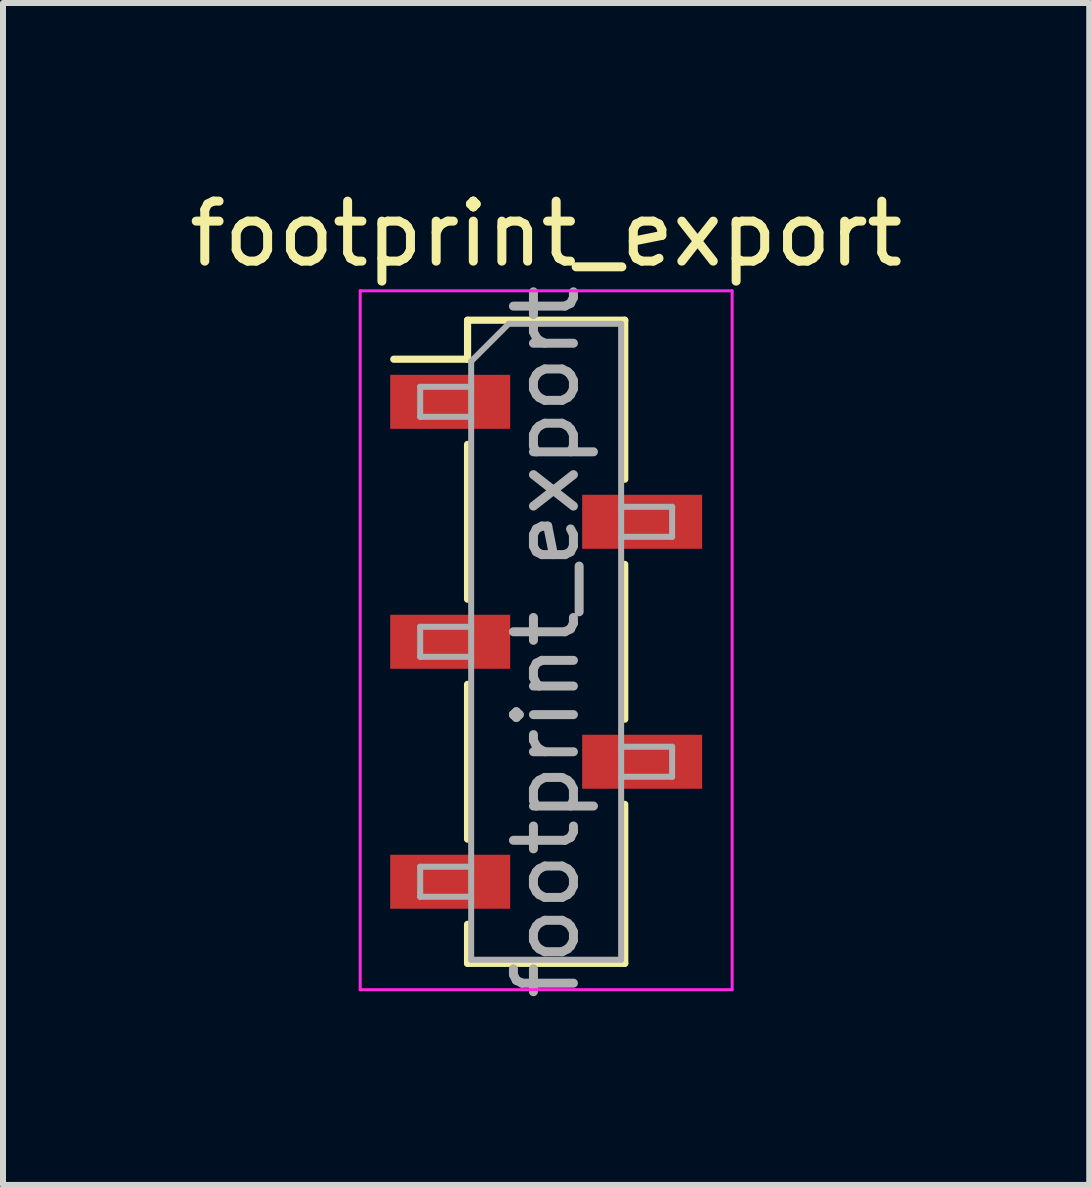
<source format=kicad_pcb>
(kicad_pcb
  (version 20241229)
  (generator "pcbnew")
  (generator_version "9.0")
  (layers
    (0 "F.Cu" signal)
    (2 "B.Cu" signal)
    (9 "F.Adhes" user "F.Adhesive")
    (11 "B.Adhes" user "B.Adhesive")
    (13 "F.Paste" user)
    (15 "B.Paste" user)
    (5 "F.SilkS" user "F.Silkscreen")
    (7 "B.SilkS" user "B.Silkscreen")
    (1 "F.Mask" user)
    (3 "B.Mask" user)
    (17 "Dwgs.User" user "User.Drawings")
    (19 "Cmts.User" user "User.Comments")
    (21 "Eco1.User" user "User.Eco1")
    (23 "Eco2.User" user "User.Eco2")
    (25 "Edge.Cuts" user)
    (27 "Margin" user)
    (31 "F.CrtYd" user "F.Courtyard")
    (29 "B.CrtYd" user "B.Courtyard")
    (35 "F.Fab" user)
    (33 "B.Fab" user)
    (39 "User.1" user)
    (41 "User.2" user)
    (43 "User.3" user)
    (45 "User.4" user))
  (footprint "footprint_export"
    (layer "F.Cu")
    (at 6.054 7.648)
    (property "Reference" "footprint_export" (at 0 -6.8 0) (layer "F.SilkS") (effects (font (size 1 1) (thickness 0.15))))
    (attr smd)
    (fp_line (start -2.54 -4.71) (end -1.31 -4.71) (stroke (width 0.12) (type solid)) (layer "F.SilkS"))
    (fp_line (start -1.31 -5.36) (end -1.31 -4.71) (stroke (width 0.12) (type solid)) (layer "F.SilkS"))
    (fp_line (start -1.31 -5.36) (end 1.31 -5.36) (stroke (width 0.12) (type solid)) (layer "F.SilkS"))
    (fp_line (start -1.31 -3.29) (end -1.31 -0.71) (stroke (width 0.12) (type solid)) (layer "F.SilkS"))
    (fp_line (start -1.31 0.71) (end -1.31 3.29) (stroke (width 0.12) (type solid)) (layer "F.SilkS"))
    (fp_line (start -1.31 4.71) (end -1.31 5.36) (stroke (width 0.12) (type solid)) (layer "F.SilkS"))
    (fp_line (start -1.31 5.36) (end 1.31 5.36) (stroke (width 0.12) (type solid)) (layer "F.SilkS"))
    (fp_line (start 1.31 -5.36) (end 1.31 -2.71) (stroke (width 0.12) (type solid)) (layer "F.SilkS"))
    (fp_line (start 1.31 -1.29) (end 1.31 1.29) (stroke (width 0.12) (type solid)) (layer "F.SilkS"))
    (fp_line (start 1.31 2.71) (end 1.31 5.36) (stroke (width 0.12) (type solid)) (layer "F.SilkS"))
    (fp_line (start -3.1 -5.85) (end 3.1 -5.85) (stroke (width 0.05) (type solid)) (layer "F.CrtYd"))
    (fp_line (start -3.1 5.8) (end -3.1 -5.85) (stroke (width 0.05) (type solid)) (layer "F.CrtYd"))
    (fp_line (start 3.1 -5.85) (end 3.1 5.8) (stroke (width 0.05) (type solid)) (layer "F.CrtYd"))
    (fp_line (start 3.1 5.8) (end -3.1 5.8) (stroke (width 0.05) (type solid)) (layer "F.CrtYd"))
    (fp_line (start -2.1 -4.25) (end -1.25 -4.25) (stroke (width 0.1) (type solid)) (layer "F.Fab"))
    (fp_line (start -2.1 -3.75) (end -2.1 -4.25) (stroke (width 0.1) (type solid)) (layer "F.Fab"))
    (fp_line (start -2.1 -0.25) (end -1.25 -0.25) (stroke (width 0.1) (type solid)) (layer "F.Fab"))
    (fp_line (start -2.1 0.25) (end -2.1 -0.25) (stroke (width 0.1) (type solid)) (layer "F.Fab"))
    (fp_line (start -2.1 3.75) (end -1.25 3.75) (stroke (width 0.1) (type solid)) (layer "F.Fab"))
    (fp_line (start -2.1 4.25) (end -2.1 3.75) (stroke (width 0.1) (type solid)) (layer "F.Fab"))
    (fp_line (start -1.25 -4.675) (end -0.625 -5.3) (stroke (width 0.1) (type solid)) (layer "F.Fab"))
    (fp_line (start -1.25 -3.75) (end -2.1 -3.75) (stroke (width 0.1) (type solid)) (layer "F.Fab"))
    (fp_line (start -1.25 0.25) (end -2.1 0.25) (stroke (width 0.1) (type solid)) (layer "F.Fab"))
    (fp_line (start -1.25 4.25) (end -2.1 4.25) (stroke (width 0.1) (type solid)) (layer "F.Fab"))
    (fp_line (start -1.25 5.3) (end -1.25 -4.675) (stroke (width 0.1) (type solid)) (layer "F.Fab"))
    (fp_line (start -0.625 -5.3) (end 1.25 -5.3) (stroke (width 0.1) (type solid)) (layer "F.Fab"))
    (fp_line (start 1.25 -5.3) (end 1.25 5.3) (stroke (width 0.1) (type solid)) (layer "F.Fab"))
    (fp_line (start 1.25 -2.25) (end 2.1 -2.25) (stroke (width 0.1) (type solid)) (layer "F.Fab"))
    (fp_line (start 1.25 1.75) (end 2.1 1.75) (stroke (width 0.1) (type solid)) (layer "F.Fab"))
    (fp_line (start 1.25 5.3) (end -1.25 5.3) (stroke (width 0.1) (type solid)) (layer "F.Fab"))
    (fp_line (start 2.1 -2.25) (end 2.1 -1.75) (stroke (width 0.1) (type solid)) (layer "F.Fab"))
    (fp_line (start 2.1 -1.75) (end 1.25 -1.75) (stroke (width 0.1) (type solid)) (layer "F.Fab"))
    (fp_line (start 2.1 1.75) (end 2.1 2.25) (stroke (width 0.1) (type solid)) (layer "F.Fab"))
    (fp_line (start 2.1 2.25) (end 1.25 2.25) (stroke (width 0.1) (type solid)) (layer "F.Fab"))
    (fp_text user "${REFERENCE}" (at 0 0 90) (layer "F.Fab") (effects (font (size 1 1) (thickness 0.15))))
    (pad "1" smd rect (at -1.6 -4) (size 2 0.9) (layers "F.Cu" "F.Mask" "F.Paste"))
    (pad "2" smd rect (at 1.6 -2) (size 2 0.9) (layers "F.Cu" "F.Mask" "F.Paste"))
    (pad "3" smd rect (at -1.6 0) (size 2 0.9) (layers "F.Cu" "F.Mask" "F.Paste"))
    (pad "4" smd rect (at 1.6 2) (size 2 0.9) (layers "F.Cu" "F.Mask" "F.Paste"))
    (pad "5" smd rect (at -1.6 4) (size 2 0.9) (layers "F.Cu" "F.Mask" "F.Paste")))
  (gr_rect
    (start -3 -3)
    (end 15.107 16.702)
    (stroke (width 0.1) (type default))
    (fill no)
    (layer "Edge.Cuts")))
</source>
